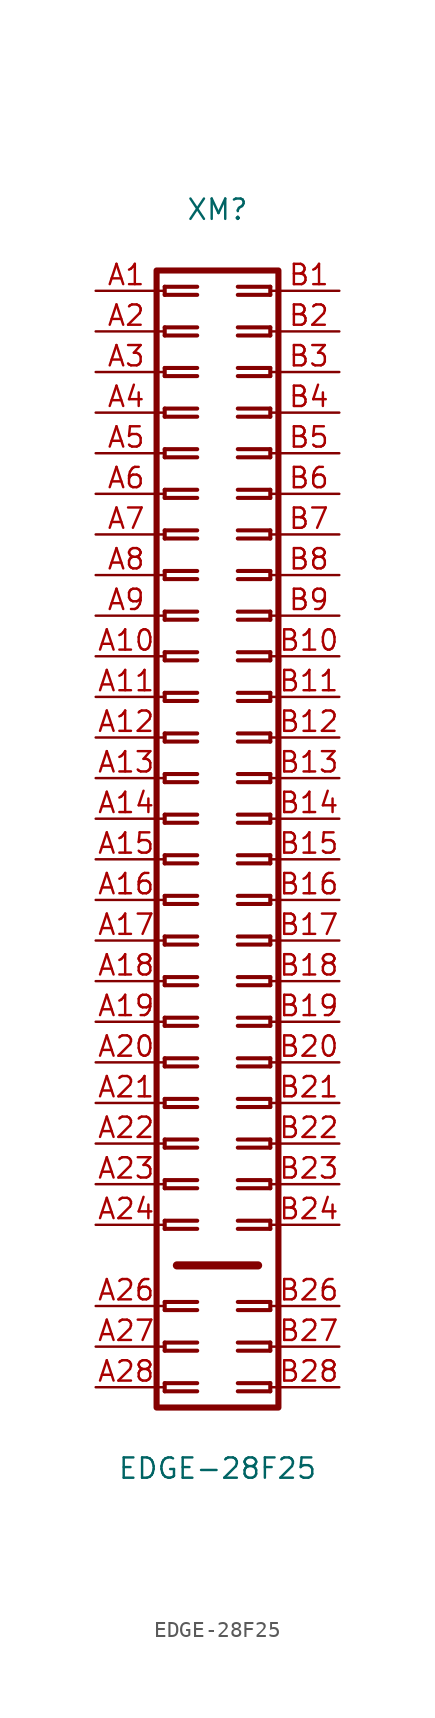
<source format=kicad_sym>
(kicad_symbol_lib
  (version 20231120)
  (generator "kicad_symbol_editor")
  (generator_version "8.0")
  (symbol "EDGE-28F25"
    (pin_names
      (offset 1.016))
    (property "Reference" "XM"
      (at 0 39.37 0)
      (effects (font (size 1.27 1.27))))
    (property "Value" "EDGE-28F25"
      (at 0 -39.37 0)
      (effects (font (size 1.27 1.27))))
    (symbol "EDGE-28F25_0_0"
      (polyline (pts (xy -2.54 -26.67) (xy 2.54 -26.67)) (stroke (width 0.508) (type default)) (fill (type none))))
    (symbol "EDGE-28F25_0_1"
      (rectangle (start -3.81 35.56) (end 3.81 -35.56) (stroke (width 0.381) (type default)) (fill (type none)))
      (polyline (pts (xy -3.81 -34.29) (xy -3.302 -34.29)) (stroke (width 0) (type default)) (fill (type none)))
      (polyline (pts (xy -3.81 -31.75) (xy -3.302 -31.75)) (stroke (width 0) (type default)) (fill (type none)))
      (polyline (pts (xy -3.81 -29.21) (xy -3.302 -29.21)) (stroke (width 0) (type default)) (fill (type none)))
      (polyline (pts (xy -3.81 -24.13) (xy -3.302 -24.13)) (stroke (width 0) (type default)) (fill (type none)))
      (polyline (pts (xy -3.81 -21.59) (xy -3.302 -21.59)) (stroke (width 0) (type default)) (fill (type none)))
      (polyline (pts (xy -3.81 -19.05) (xy -3.302 -19.05)) (stroke (width 0) (type default)) (fill (type none)))
      (polyline (pts (xy -3.81 -16.51) (xy -3.302 -16.51)) (stroke (width 0) (type default)) (fill (type none)))
      (polyline (pts (xy -3.81 -13.97) (xy -3.302 -13.97)) (stroke (width 0) (type default)) (fill (type none)))
      (polyline (pts (xy -3.81 -11.43) (xy -3.302 -11.43)) (stroke (width 0) (type default)) (fill (type none)))
      (polyline (pts (xy -3.81 -8.89) (xy -3.302 -8.89)) (stroke (width 0) (type default)) (fill (type none)))
      (polyline (pts (xy -3.81 -6.35) (xy -3.302 -6.35)) (stroke (width 0) (type default)) (fill (type none)))
      (polyline (pts (xy -3.81 -3.81) (xy -3.302 -3.81)) (stroke (width 0) (type default)) (fill (type none)))
      (polyline (pts (xy -3.81 -1.27) (xy -3.302 -1.27)) (stroke (width 0) (type default)) (fill (type none)))
      (polyline (pts (xy -3.81 1.27) (xy -3.302 1.27)) (stroke (width 0) (type default)) (fill (type none)))
      (polyline (pts (xy -3.81 3.81) (xy -3.302 3.81)) (stroke (width 0) (type default)) (fill (type none)))
      (polyline (pts (xy -3.81 6.35) (xy -3.302 6.35)) (stroke (width 0) (type default)) (fill (type none)))
      (polyline (pts (xy -3.81 8.89) (xy -3.302 8.89)) (stroke (width 0) (type default)) (fill (type none)))
      (polyline (pts (xy -3.81 11.43) (xy -3.302 11.43)) (stroke (width 0) (type default)) (fill (type none)))
      (polyline (pts (xy -3.81 13.97) (xy -3.302 13.97)) (stroke (width 0) (type default)) (fill (type none)))
      (polyline (pts (xy -3.81 16.51) (xy -3.302 16.51)) (stroke (width 0) (type default)) (fill (type none)))
      (polyline (pts (xy -3.81 19.05) (xy -3.302 19.05)) (stroke (width 0) (type default)) (fill (type none)))
      (polyline (pts (xy -3.81 21.59) (xy -3.302 21.59)) (stroke (width 0) (type default)) (fill (type none)))
      (polyline (pts (xy -3.81 24.13) (xy -3.302 24.13)) (stroke (width 0) (type default)) (fill (type none)))
      (polyline (pts (xy -3.81 26.67) (xy -3.302 26.67)) (stroke (width 0) (type default)) (fill (type none)))
      (polyline (pts (xy -3.81 29.21) (xy -3.302 29.21)) (stroke (width 0) (type default)) (fill (type none)))
      (polyline (pts (xy -3.81 31.75) (xy -3.302 31.75)) (stroke (width 0) (type default)) (fill (type none)))
      (polyline (pts (xy -3.81 34.29) (xy -3.302 34.29)) (stroke (width 0) (type default)) (fill (type none)))
      (polyline (pts (xy -3.302 -34.544) (xy -3.302 -34.036)) (stroke (width 0.254) (type default)) (fill (type none)))
      (polyline (pts (xy -3.302 -34.544) (xy -1.27 -34.544)) (stroke (width 0.254) (type default)) (fill (type none)))
      (polyline (pts (xy -3.302 -34.036) (xy -1.27 -34.036)) (stroke (width 0.254) (type default)) (fill (type none)))
      (polyline (pts (xy -3.302 -32.004) (xy -3.302 -31.496)) (stroke (width 0.254) (type default)) (fill (type none)))
      (polyline (pts (xy -3.302 -32.004) (xy -1.27 -32.004)) (stroke (width 0.254) (type default)) (fill (type none)))
      (polyline (pts (xy -3.302 -31.496) (xy -1.27 -31.496)) (stroke (width 0.254) (type default)) (fill (type none)))
      (polyline (pts (xy -3.302 -29.464) (xy -3.302 -28.956)) (stroke (width 0.254) (type default)) (fill (type none)))
      (polyline (pts (xy -3.302 -29.464) (xy -1.27 -29.464)) (stroke (width 0.254) (type default)) (fill (type none)))
      (polyline (pts (xy -3.302 -28.956) (xy -1.27 -28.956)) (stroke (width 0.254) (type default)) (fill (type none)))
      (polyline (pts (xy -3.302 -24.384) (xy -3.302 -23.876)) (stroke (width 0.254) (type default)) (fill (type none)))
      (polyline (pts (xy -3.302 -24.384) (xy -1.27 -24.384)) (stroke (width 0.254) (type default)) (fill (type none)))
      (polyline (pts (xy -3.302 -23.876) (xy -1.27 -23.876)) (stroke (width 0.254) (type default)) (fill (type none)))
      (polyline (pts (xy -3.302 -21.844) (xy -3.302 -21.336)) (stroke (width 0.254) (type default)) (fill (type none)))
      (polyline (pts (xy -3.302 -21.844) (xy -1.27 -21.844)) (stroke (width 0.254) (type default)) (fill (type none)))
      (polyline (pts (xy -3.302 -21.336) (xy -1.27 -21.336)) (stroke (width 0.254) (type default)) (fill (type none)))
      (polyline (pts (xy -3.302 -19.304) (xy -3.302 -18.796)) (stroke (width 0.254) (type default)) (fill (type none)))
      (polyline (pts (xy -3.302 -19.304) (xy -1.27 -19.304)) (stroke (width 0.254) (type default)) (fill (type none)))
      (polyline (pts (xy -3.302 -18.796) (xy -1.27 -18.796)) (stroke (width 0.254) (type default)) (fill (type none)))
      (polyline (pts (xy -3.302 -16.764) (xy -3.302 -16.256)) (stroke (width 0.254) (type default)) (fill (type none)))
      (polyline (pts (xy -3.302 -16.764) (xy -1.27 -16.764)) (stroke (width 0.254) (type default)) (fill (type none)))
      (polyline (pts (xy -3.302 -16.256) (xy -1.27 -16.256)) (stroke (width 0.254) (type default)) (fill (type none)))
      (polyline (pts (xy -3.302 -14.224) (xy -3.302 -13.716)) (stroke (width 0.254) (type default)) (fill (type none)))
      (polyline (pts (xy -3.302 -14.224) (xy -1.27 -14.224)) (stroke (width 0.254) (type default)) (fill (type none)))
      (polyline (pts (xy -3.302 -13.716) (xy -1.27 -13.716)) (stroke (width 0.254) (type default)) (fill (type none)))
      (polyline (pts (xy -3.302 -11.684) (xy -3.302 -11.176)) (stroke (width 0.254) (type default)) (fill (type none)))
      (polyline (pts (xy -3.302 -11.684) (xy -1.27 -11.684)) (stroke (width 0.254) (type default)) (fill (type none)))
      (polyline (pts (xy -3.302 -11.176) (xy -1.27 -11.176)) (stroke (width 0.254) (type default)) (fill (type none)))
      (polyline (pts (xy -3.302 -9.144) (xy -3.302 -8.636)) (stroke (width 0.254) (type default)) (fill (type none)))
      (polyline (pts (xy -3.302 -9.144) (xy -1.27 -9.144)) (stroke (width 0.254) (type default)) (fill (type none)))
      (polyline (pts (xy -3.302 -8.636) (xy -1.27 -8.636)) (stroke (width 0.254) (type default)) (fill (type none)))
      (polyline (pts (xy -3.302 -6.604) (xy -3.302 -6.096)) (stroke (width 0.254) (type default)) (fill (type none)))
      (polyline (pts (xy -3.302 -6.604) (xy -1.27 -6.604)) (stroke (width 0.254) (type default)) (fill (type none)))
      (polyline (pts (xy -3.302 -6.096) (xy -1.27 -6.096)) (stroke (width 0.254) (type default)) (fill (type none)))
      (polyline (pts (xy -3.302 -4.064) (xy -3.302 -3.556)) (stroke (width 0.254) (type default)) (fill (type none)))
      (polyline (pts (xy -3.302 -4.064) (xy -1.27 -4.064)) (stroke (width 0.254) (type default)) (fill (type none)))
      (polyline (pts (xy -3.302 -3.556) (xy -1.27 -3.556)) (stroke (width 0.254) (type default)) (fill (type none)))
      (polyline (pts (xy -3.302 -1.524) (xy -3.302 -1.016)) (stroke (width 0.254) (type default)) (fill (type none)))
      (polyline (pts (xy -3.302 -1.524) (xy -1.27 -1.524)) (stroke (width 0.254) (type default)) (fill (type none)))
      (polyline (pts (xy -3.302 -1.016) (xy -1.27 -1.016)) (stroke (width 0.254) (type default)) (fill (type none)))
      (polyline (pts (xy -3.302 1.016) (xy -3.302 1.524)) (stroke (width 0.254) (type default)) (fill (type none)))
      (polyline (pts (xy -3.302 1.016) (xy -1.27 1.016)) (stroke (width 0.254) (type default)) (fill (type none)))
      (polyline (pts (xy -3.302 1.524) (xy -1.27 1.524)) (stroke (width 0.254) (type default)) (fill (type none)))
      (polyline (pts (xy -3.302 3.556) (xy -3.302 4.064)) (stroke (width 0.254) (type default)) (fill (type none)))
      (polyline (pts (xy -3.302 3.556) (xy -1.27 3.556)) (stroke (width 0.254) (type default)) (fill (type none)))
      (polyline (pts (xy -3.302 4.064) (xy -1.27 4.064)) (stroke (width 0.254) (type default)) (fill (type none)))
      (polyline (pts (xy -3.302 6.096) (xy -3.302 6.604)) (stroke (width 0.254) (type default)) (fill (type none)))
      (polyline (pts (xy -3.302 6.096) (xy -1.27 6.096)) (stroke (width 0.254) (type default)) (fill (type none)))
      (polyline (pts (xy -3.302 6.604) (xy -1.27 6.604)) (stroke (width 0.254) (type default)) (fill (type none)))
      (polyline (pts (xy -3.302 8.636) (xy -3.302 9.144)) (stroke (width 0.254) (type default)) (fill (type none)))
      (polyline (pts (xy -3.302 8.636) (xy -1.27 8.636)) (stroke (width 0.254) (type default)) (fill (type none)))
      (polyline (pts (xy -3.302 9.144) (xy -1.27 9.144)) (stroke (width 0.254) (type default)) (fill (type none)))
      (polyline (pts (xy -3.302 11.176) (xy -3.302 11.684)) (stroke (width 0.254) (type default)) (fill (type none)))
      (polyline (pts (xy -3.302 11.176) (xy -1.27 11.176)) (stroke (width 0.254) (type default)) (fill (type none)))
      (polyline (pts (xy -3.302 11.684) (xy -1.27 11.684)) (stroke (width 0.254) (type default)) (fill (type none)))
      (polyline (pts (xy -3.302 13.716) (xy -3.302 14.224)) (stroke (width 0.254) (type default)) (fill (type none)))
      (polyline (pts (xy -3.302 13.716) (xy -1.27 13.716)) (stroke (width 0.254) (type default)) (fill (type none)))
      (polyline (pts (xy -3.302 14.224) (xy -1.27 14.224)) (stroke (width 0.254) (type default)) (fill (type none)))
      (polyline (pts (xy -3.302 16.256) (xy -3.302 16.764)) (stroke (width 0.254) (type default)) (fill (type none)))
      (polyline (pts (xy -3.302 16.256) (xy -1.27 16.256)) (stroke (width 0.254) (type default)) (fill (type none)))
      (polyline (pts (xy -3.302 16.764) (xy -1.27 16.764)) (stroke (width 0.254) (type default)) (fill (type none)))
      (polyline (pts (xy -3.302 18.796) (xy -3.302 19.304)) (stroke (width 0.254) (type default)) (fill (type none)))
      (polyline (pts (xy -3.302 18.796) (xy -1.27 18.796)) (stroke (width 0.254) (type default)) (fill (type none)))
      (polyline (pts (xy -3.302 19.304) (xy -1.27 19.304)) (stroke (width 0.254) (type default)) (fill (type none)))
      (polyline (pts (xy -3.302 21.336) (xy -3.302 21.844)) (stroke (width 0.254) (type default)) (fill (type none)))
      (polyline (pts (xy -3.302 21.336) (xy -1.27 21.336)) (stroke (width 0.254) (type default)) (fill (type none)))
      (polyline (pts (xy -3.302 21.844) (xy -1.27 21.844)) (stroke (width 0.254) (type default)) (fill (type none)))
      (polyline (pts (xy -3.302 23.876) (xy -3.302 24.384)) (stroke (width 0.254) (type default)) (fill (type none)))
      (polyline (pts (xy -3.302 23.876) (xy -1.27 23.876)) (stroke (width 0.254) (type default)) (fill (type none)))
      (polyline (pts (xy -3.302 24.384) (xy -1.27 24.384)) (stroke (width 0.254) (type default)) (fill (type none)))
      (polyline (pts (xy -3.302 26.416) (xy -3.302 26.924)) (stroke (width 0.254) (type default)) (fill (type none)))
      (polyline (pts (xy -3.302 26.416) (xy -1.27 26.416)) (stroke (width 0.254) (type default)) (fill (type none)))
      (polyline (pts (xy -3.302 26.924) (xy -1.27 26.924)) (stroke (width 0.254) (type default)) (fill (type none)))
      (polyline (pts (xy -3.302 28.956) (xy -3.302 29.464)) (stroke (width 0.254) (type default)) (fill (type none)))
      (polyline (pts (xy -3.302 28.956) (xy -1.27 28.956)) (stroke (width 0.254) (type default)) (fill (type none)))
      (polyline (pts (xy -3.302 29.464) (xy -1.27 29.464)) (stroke (width 0.254) (type default)) (fill (type none)))
      (polyline (pts (xy -3.302 31.496) (xy -3.302 32.004)) (stroke (width 0.254) (type default)) (fill (type none)))
      (polyline (pts (xy -3.302 31.496) (xy -1.27 31.496)) (stroke (width 0.254) (type default)) (fill (type none)))
      (polyline (pts (xy -3.302 32.004) (xy -1.27 32.004)) (stroke (width 0.254) (type default)) (fill (type none)))
      (polyline (pts (xy -3.302 34.036) (xy -3.302 34.544)) (stroke (width 0.254) (type default)) (fill (type none)))
      (polyline (pts (xy -3.302 34.036) (xy -1.27 34.036)) (stroke (width 0.254) (type default)) (fill (type none)))
      (polyline (pts (xy -3.302 34.544) (xy -1.27 34.544)) (stroke (width 0.254) (type default)) (fill (type none)))
      (polyline (pts (xy 3.302 -34.544) (xy 1.27 -34.544)) (stroke (width 0.254) (type default)) (fill (type none)))
      (polyline (pts (xy 3.302 -34.544) (xy 3.302 -34.036)) (stroke (width 0.254) (type default)) (fill (type none)))
      (polyline (pts (xy 3.302 -34.036) (xy 1.27 -34.036)) (stroke (width 0.254) (type default)) (fill (type none)))
      (polyline (pts (xy 3.302 -32.004) (xy 1.27 -32.004)) (stroke (width 0.254) (type default)) (fill (type none)))
      (polyline (pts (xy 3.302 -32.004) (xy 3.302 -31.496)) (stroke (width 0.254) (type default)) (fill (type none)))
      (polyline (pts (xy 3.302 -31.496) (xy 1.27 -31.496)) (stroke (width 0.254) (type default)) (fill (type none)))
      (polyline (pts (xy 3.302 -29.464) (xy 1.27 -29.464)) (stroke (width 0.254) (type default)) (fill (type none)))
      (polyline (pts (xy 3.302 -29.464) (xy 3.302 -28.956)) (stroke (width 0.254) (type default)) (fill (type none)))
      (polyline (pts (xy 3.302 -28.956) (xy 1.27 -28.956)) (stroke (width 0.254) (type default)) (fill (type none)))
      (polyline (pts (xy 3.302 -24.384) (xy 1.27 -24.384)) (stroke (width 0.254) (type default)) (fill (type none)))
      (polyline (pts (xy 3.302 -24.384) (xy 3.302 -23.876)) (stroke (width 0.254) (type default)) (fill (type none)))
      (polyline (pts (xy 3.302 -23.876) (xy 1.27 -23.876)) (stroke (width 0.254) (type default)) (fill (type none)))
      (polyline (pts (xy 3.302 -21.844) (xy 1.27 -21.844)) (stroke (width 0.254) (type default)) (fill (type none)))
      (polyline (pts (xy 3.302 -21.844) (xy 3.302 -21.336)) (stroke (width 0.254) (type default)) (fill (type none)))
      (polyline (pts (xy 3.302 -21.336) (xy 1.27 -21.336)) (stroke (width 0.254) (type default)) (fill (type none)))
      (polyline (pts (xy 3.302 -19.304) (xy 1.27 -19.304)) (stroke (width 0.254) (type default)) (fill (type none)))
      (polyline (pts (xy 3.302 -19.304) (xy 3.302 -18.796)) (stroke (width 0.254) (type default)) (fill (type none)))
      (polyline (pts (xy 3.302 -18.796) (xy 1.27 -18.796)) (stroke (width 0.254) (type default)) (fill (type none)))
      (polyline (pts (xy 3.302 -16.764) (xy 1.27 -16.764)) (stroke (width 0.254) (type default)) (fill (type none)))
      (polyline (pts (xy 3.302 -16.764) (xy 3.302 -16.256)) (stroke (width 0.254) (type default)) (fill (type none)))
      (polyline (pts (xy 3.302 -16.256) (xy 1.27 -16.256)) (stroke (width 0.254) (type default)) (fill (type none)))
      (polyline (pts (xy 3.302 -14.224) (xy 1.27 -14.224)) (stroke (width 0.254) (type default)) (fill (type none)))
      (polyline (pts (xy 3.302 -14.224) (xy 3.302 -13.716)) (stroke (width 0.254) (type default)) (fill (type none)))
      (polyline (pts (xy 3.302 -13.716) (xy 1.27 -13.716)) (stroke (width 0.254) (type default)) (fill (type none)))
      (polyline (pts (xy 3.302 -11.684) (xy 1.27 -11.684)) (stroke (width 0.254) (type default)) (fill (type none)))
      (polyline (pts (xy 3.302 -11.684) (xy 3.302 -11.176)) (stroke (width 0.254) (type default)) (fill (type none)))
      (polyline (pts (xy 3.302 -11.176) (xy 1.27 -11.176)) (stroke (width 0.254) (type default)) (fill (type none)))
      (polyline (pts (xy 3.302 -9.144) (xy 1.27 -9.144)) (stroke (width 0.254) (type default)) (fill (type none)))
      (polyline (pts (xy 3.302 -9.144) (xy 3.302 -8.636)) (stroke (width 0.254) (type default)) (fill (type none)))
      (polyline (pts (xy 3.302 -8.636) (xy 1.27 -8.636)) (stroke (width 0.254) (type default)) (fill (type none)))
      (polyline (pts (xy 3.302 -6.604) (xy 1.27 -6.604)) (stroke (width 0.254) (type default)) (fill (type none)))
      (polyline (pts (xy 3.302 -6.604) (xy 3.302 -6.096)) (stroke (width 0.254) (type default)) (fill (type none)))
      (polyline (pts (xy 3.302 -6.096) (xy 1.27 -6.096)) (stroke (width 0.254) (type default)) (fill (type none)))
      (polyline (pts (xy 3.302 -4.064) (xy 1.27 -4.064)) (stroke (width 0.254) (type default)) (fill (type none)))
      (polyline (pts (xy 3.302 -4.064) (xy 3.302 -3.556)) (stroke (width 0.254) (type default)) (fill (type none)))
      (polyline (pts (xy 3.302 -3.556) (xy 1.27 -3.556)) (stroke (width 0.254) (type default)) (fill (type none)))
      (polyline (pts (xy 3.302 -1.524) (xy 1.27 -1.524)) (stroke (width 0.254) (type default)) (fill (type none)))
      (polyline (pts (xy 3.302 -1.524) (xy 3.302 -1.016)) (stroke (width 0.254) (type default)) (fill (type none)))
      (polyline (pts (xy 3.302 -1.016) (xy 1.27 -1.016)) (stroke (width 0.254) (type default)) (fill (type none)))
      (polyline (pts (xy 3.302 1.016) (xy 1.27 1.016)) (stroke (width 0.254) (type default)) (fill (type none)))
      (polyline (pts (xy 3.302 1.016) (xy 3.302 1.524)) (stroke (width 0.254) (type default)) (fill (type none)))
      (polyline (pts (xy 3.302 1.524) (xy 1.27 1.524)) (stroke (width 0.254) (type default)) (fill (type none)))
      (polyline (pts (xy 3.302 3.556) (xy 1.27 3.556)) (stroke (width 0.254) (type default)) (fill (type none)))
      (polyline (pts (xy 3.302 3.556) (xy 3.302 4.064)) (stroke (width 0.254) (type default)) (fill (type none)))
      (polyline (pts (xy 3.302 4.064) (xy 1.27 4.064)) (stroke (width 0.254) (type default)) (fill (type none)))
      (polyline (pts (xy 3.302 6.096) (xy 1.27 6.096)) (stroke (width 0.254) (type default)) (fill (type none)))
      (polyline (pts (xy 3.302 6.096) (xy 3.302 6.604)) (stroke (width 0.254) (type default)) (fill (type none)))
      (polyline (pts (xy 3.302 6.604) (xy 1.27 6.604)) (stroke (width 0.254) (type default)) (fill (type none)))
      (polyline (pts (xy 3.302 8.636) (xy 1.27 8.636)) (stroke (width 0.254) (type default)) (fill (type none)))
      (polyline (pts (xy 3.302 8.636) (xy 3.302 9.144)) (stroke (width 0.254) (type default)) (fill (type none)))
      (polyline (pts (xy 3.302 9.144) (xy 1.27 9.144)) (stroke (width 0.254) (type default)) (fill (type none)))
      (polyline (pts (xy 3.302 11.176) (xy 1.27 11.176)) (stroke (width 0.254) (type default)) (fill (type none)))
      (polyline (pts (xy 3.302 11.176) (xy 3.302 11.684)) (stroke (width 0.254) (type default)) (fill (type none)))
      (polyline (pts (xy 3.302 11.684) (xy 1.27 11.684)) (stroke (width 0.254) (type default)) (fill (type none)))
      (polyline (pts (xy 3.302 13.716) (xy 1.27 13.716)) (stroke (width 0.254) (type default)) (fill (type none)))
      (polyline (pts (xy 3.302 13.716) (xy 3.302 14.224)) (stroke (width 0.254) (type default)) (fill (type none)))
      (polyline (pts (xy 3.302 14.224) (xy 1.27 14.224)) (stroke (width 0.254) (type default)) (fill (type none)))
      (polyline (pts (xy 3.302 16.256) (xy 1.27 16.256)) (stroke (width 0.254) (type default)) (fill (type none)))
      (polyline (pts (xy 3.302 16.256) (xy 3.302 16.764)) (stroke (width 0.254) (type default)) (fill (type none)))
      (polyline (pts (xy 3.302 16.764) (xy 1.27 16.764)) (stroke (width 0.254) (type default)) (fill (type none)))
      (polyline (pts (xy 3.302 18.796) (xy 1.27 18.796)) (stroke (width 0.254) (type default)) (fill (type none)))
      (polyline (pts (xy 3.302 18.796) (xy 3.302 19.304)) (stroke (width 0.254) (type default)) (fill (type none)))
      (polyline (pts (xy 3.302 19.304) (xy 1.27 19.304)) (stroke (width 0.254) (type default)) (fill (type none)))
      (polyline (pts (xy 3.302 21.336) (xy 1.27 21.336)) (stroke (width 0.254) (type default)) (fill (type none)))
      (polyline (pts (xy 3.302 21.336) (xy 3.302 21.844)) (stroke (width 0.254) (type default)) (fill (type none)))
      (polyline (pts (xy 3.302 21.844) (xy 1.27 21.844)) (stroke (width 0.254) (type default)) (fill (type none)))
      (polyline (pts (xy 3.302 23.876) (xy 1.27 23.876)) (stroke (width 0.254) (type default)) (fill (type none)))
      (polyline (pts (xy 3.302 23.876) (xy 3.302 24.384)) (stroke (width 0.254) (type default)) (fill (type none)))
      (polyline (pts (xy 3.302 24.384) (xy 1.27 24.384)) (stroke (width 0.254) (type default)) (fill (type none)))
      (polyline (pts (xy 3.302 26.416) (xy 1.27 26.416)) (stroke (width 0.254) (type default)) (fill (type none)))
      (polyline (pts (xy 3.302 26.416) (xy 3.302 26.924)) (stroke (width 0.254) (type default)) (fill (type none)))
      (polyline (pts (xy 3.302 26.924) (xy 1.27 26.924)) (stroke (width 0.254) (type default)) (fill (type none)))
      (polyline (pts (xy 3.302 28.956) (xy 1.27 28.956)) (stroke (width 0.254) (type default)) (fill (type none)))
      (polyline (pts (xy 3.302 28.956) (xy 3.302 29.464)) (stroke (width 0.254) (type default)) (fill (type none)))
      (polyline (pts (xy 3.302 29.464) (xy 1.27 29.464)) (stroke (width 0.254) (type default)) (fill (type none)))
      (polyline (pts (xy 3.302 31.496) (xy 1.27 31.496)) (stroke (width 0.254) (type default)) (fill (type none)))
      (polyline (pts (xy 3.302 31.496) (xy 3.302 32.004)) (stroke (width 0.254) (type default)) (fill (type none)))
      (polyline (pts (xy 3.302 32.004) (xy 1.27 32.004)) (stroke (width 0.254) (type default)) (fill (type none)))
      (polyline (pts (xy 3.302 34.036) (xy 1.27 34.036)) (stroke (width 0.254) (type default)) (fill (type none)))
      (polyline (pts (xy 3.302 34.036) (xy 3.302 34.544)) (stroke (width 0.254) (type default)) (fill (type none)))
      (polyline (pts (xy 3.302 34.544) (xy 1.27 34.544)) (stroke (width 0.254) (type default)) (fill (type none)))
      (polyline (pts (xy 3.81 -34.29) (xy 3.302 -34.29)) (stroke (width 0) (type default)) (fill (type none)))
      (polyline (pts (xy 3.81 -31.75) (xy 3.302 -31.75)) (stroke (width 0) (type default)) (fill (type none)))
      (polyline (pts (xy 3.81 -29.21) (xy 3.302 -29.21)) (stroke (width 0) (type default)) (fill (type none)))
      (polyline (pts (xy 3.81 -24.13) (xy 3.302 -24.13)) (stroke (width 0) (type default)) (fill (type none)))
      (polyline (pts (xy 3.81 -21.59) (xy 3.302 -21.59)) (stroke (width 0) (type default)) (fill (type none)))
      (polyline (pts (xy 3.81 -19.05) (xy 3.302 -19.05)) (stroke (width 0) (type default)) (fill (type none)))
      (polyline (pts (xy 3.81 -16.51) (xy 3.302 -16.51)) (stroke (width 0) (type default)) (fill (type none)))
      (polyline (pts (xy 3.81 -13.97) (xy 3.302 -13.97)) (stroke (width 0) (type default)) (fill (type none)))
      (polyline (pts (xy 3.81 -11.43) (xy 3.302 -11.43)) (stroke (width 0) (type default)) (fill (type none)))
      (polyline (pts (xy 3.81 -8.89) (xy 3.302 -8.89)) (stroke (width 0) (type default)) (fill (type none)))
      (polyline (pts (xy 3.81 -6.35) (xy 3.302 -6.35)) (stroke (width 0) (type default)) (fill (type none)))
      (polyline (pts (xy 3.81 -3.81) (xy 3.302 -3.81)) (stroke (width 0) (type default)) (fill (type none)))
      (polyline (pts (xy 3.81 -1.27) (xy 3.302 -1.27)) (stroke (width 0) (type default)) (fill (type none)))
      (polyline (pts (xy 3.81 1.27) (xy 3.302 1.27)) (stroke (width 0) (type default)) (fill (type none)))
      (polyline (pts (xy 3.81 3.81) (xy 3.302 3.81)) (stroke (width 0) (type default)) (fill (type none)))
      (polyline (pts (xy 3.81 6.35) (xy 3.302 6.35)) (stroke (width 0) (type default)) (fill (type none)))
      (polyline (pts (xy 3.81 8.89) (xy 3.302 8.89)) (stroke (width 0) (type default)) (fill (type none)))
      (polyline (pts (xy 3.81 11.43) (xy 3.302 11.43)) (stroke (width 0) (type default)) (fill (type none)))
      (polyline (pts (xy 3.81 13.97) (xy 3.302 13.97)) (stroke (width 0) (type default)) (fill (type none)))
      (polyline (pts (xy 3.81 16.51) (xy 3.302 16.51)) (stroke (width 0) (type default)) (fill (type none)))
      (polyline (pts (xy 3.81 19.05) (xy 3.302 19.05)) (stroke (width 0) (type default)) (fill (type none)))
      (polyline (pts (xy 3.81 21.59) (xy 3.302 21.59)) (stroke (width 0) (type default)) (fill (type none)))
      (polyline (pts (xy 3.81 24.13) (xy 3.302 24.13)) (stroke (width 0) (type default)) (fill (type none)))
      (polyline (pts (xy 3.81 26.67) (xy 3.302 26.67)) (stroke (width 0) (type default)) (fill (type none)))
      (polyline (pts (xy 3.81 29.21) (xy 3.302 29.21)) (stroke (width 0) (type default)) (fill (type none)))
      (polyline (pts (xy 3.81 31.75) (xy 3.302 31.75)) (stroke (width 0) (type default)) (fill (type none)))
      (polyline (pts (xy 3.81 34.29) (xy 3.302 34.29)) (stroke (width 0) (type default)) (fill (type none))))
    (symbol "EDGE-28F25_1_1"
      (pin passive line (at -7.62 34.29 0) (length 3.81) (name "~" (effects (font (size 1.27 1.27)))) (number "A1" (effects (font (size 1.27 1.27)))))
      (pin passive line (at -7.62 11.43 0) (length 3.81) (name "~" (effects (font (size 1.27 1.27)))) (number "A10" (effects (font (size 1.27 1.27)))))
      (pin passive line (at -7.62 8.89 0) (length 3.81) (name "~" (effects (font (size 1.27 1.27)))) (number "A11" (effects (font (size 1.27 1.27)))))
      (pin passive line (at -7.62 6.35 0) (length 3.81) (name "~" (effects (font (size 1.27 1.27)))) (number "A12" (effects (font (size 1.27 1.27)))))
      (pin passive line (at -7.62 3.81 0) (length 3.81) (name "~" (effects (font (size 1.27 1.27)))) (number "A13" (effects (font (size 1.27 1.27)))))
      (pin passive line (at -7.62 1.27 0) (length 3.81) (name "~" (effects (font (size 1.27 1.27)))) (number "A14" (effects (font (size 1.27 1.27)))))
      (pin passive line (at -7.62 -1.27 0) (length 3.81) (name "~" (effects (font (size 1.27 1.27)))) (number "A15" (effects (font (size 1.27 1.27)))))
      (pin passive line (at -7.62 -3.81 0) (length 3.81) (name "~" (effects (font (size 1.27 1.27)))) (number "A16" (effects (font (size 1.27 1.27)))))
      (pin passive line (at -7.62 -6.35 0) (length 3.81) (name "~" (effects (font (size 1.27 1.27)))) (number "A17" (effects (font (size 1.27 1.27)))))
      (pin passive line (at -7.62 -8.89 0) (length 3.81) (name "~" (effects (font (size 1.27 1.27)))) (number "A18" (effects (font (size 1.27 1.27)))))
      (pin passive line (at -7.62 -11.43 0) (length 3.81) (name "~" (effects (font (size 1.27 1.27)))) (number "A19" (effects (font (size 1.27 1.27)))))
      (pin passive line (at -7.62 31.75 0) (length 3.81) (name "~" (effects (font (size 1.27 1.27)))) (number "A2" (effects (font (size 1.27 1.27)))))
      (pin passive line (at -7.62 -13.97 0) (length 3.81) (name "~" (effects (font (size 1.27 1.27)))) (number "A20" (effects (font (size 1.27 1.27)))))
      (pin passive line (at -7.62 -16.51 0) (length 3.81) (name "~" (effects (font (size 1.27 1.27)))) (number "A21" (effects (font (size 1.27 1.27)))))
      (pin passive line (at -7.62 -19.05 0) (length 3.81) (name "~" (effects (font (size 1.27 1.27)))) (number "A22" (effects (font (size 1.27 1.27)))))
      (pin passive line (at -7.62 -21.59 0) (length 3.81) (name "~" (effects (font (size 1.27 1.27)))) (number "A23" (effects (font (size 1.27 1.27)))))
      (pin passive line (at -7.62 -24.13 0) (length 3.81) (name "~" (effects (font (size 1.27 1.27)))) (number "A24" (effects (font (size 1.27 1.27)))))
      (pin passive line (at -7.62 -29.21 0) (length 3.81) (name "~" (effects (font (size 1.27 1.27)))) (number "A26" (effects (font (size 1.27 1.27)))))
      (pin passive line (at -7.62 -31.75 0) (length 3.81) (name "~" (effects (font (size 1.27 1.27)))) (number "A27" (effects (font (size 1.27 1.27)))))
      (pin passive line (at -7.62 -34.29 0) (length 3.81) (name "~" (effects (font (size 1.27 1.27)))) (number "A28" (effects (font (size 1.27 1.27)))))
      (pin passive line (at -7.62 29.21 0) (length 3.81) (name "~" (effects (font (size 1.27 1.27)))) (number "A3" (effects (font (size 1.27 1.27)))))
      (pin passive line (at -7.62 26.67 0) (length 3.81) (name "~" (effects (font (size 1.27 1.27)))) (number "A4" (effects (font (size 1.27 1.27)))))
      (pin passive line (at -7.62 24.13 0) (length 3.81) (name "~" (effects (font (size 1.27 1.27)))) (number "A5" (effects (font (size 1.27 1.27)))))
      (pin passive line (at -7.62 21.59 0) (length 3.81) (name "~" (effects (font (size 1.27 1.27)))) (number "A6" (effects (font (size 1.27 1.27)))))
      (pin passive line (at -7.62 19.05 0) (length 3.81) (name "~" (effects (font (size 1.27 1.27)))) (number "A7" (effects (font (size 1.27 1.27)))))
      (pin passive line (at -7.62 16.51 0) (length 3.81) (name "~" (effects (font (size 1.27 1.27)))) (number "A8" (effects (font (size 1.27 1.27)))))
      (pin passive line (at -7.62 13.97 0) (length 3.81) (name "~" (effects (font (size 1.27 1.27)))) (number "A9" (effects (font (size 1.27 1.27)))))
      (pin passive line (at 7.62 34.29 180) (length 3.81) (name "~" (effects (font (size 1.27 1.27)))) (number "B1" (effects (font (size 1.27 1.27)))))
      (pin passive line (at 7.62 11.43 180) (length 3.81) (name "~" (effects (font (size 1.27 1.27)))) (number "B10" (effects (font (size 1.27 1.27)))))
      (pin passive line (at 7.62 8.89 180) (length 3.81) (name "~" (effects (font (size 1.27 1.27)))) (number "B11" (effects (font (size 1.27 1.27)))))
      (pin passive line (at 7.62 6.35 180) (length 3.81) (name "~" (effects (font (size 1.27 1.27)))) (number "B12" (effects (font (size 1.27 1.27)))))
      (pin passive line (at 7.62 3.81 180) (length 3.81) (name "~" (effects (font (size 1.27 1.27)))) (number "B13" (effects (font (size 1.27 1.27)))))
      (pin passive line (at 7.62 1.27 180) (length 3.81) (name "~" (effects (font (size 1.27 1.27)))) (number "B14" (effects (font (size 1.27 1.27)))))
      (pin passive line (at 7.62 -1.27 180) (length 3.81) (name "~" (effects (font (size 1.27 1.27)))) (number "B15" (effects (font (size 1.27 1.27)))))
      (pin passive line (at 7.62 -3.81 180) (length 3.81) (name "~" (effects (font (size 1.27 1.27)))) (number "B16" (effects (font (size 1.27 1.27)))))
      (pin passive line (at 7.62 -6.35 180) (length 3.81) (name "~" (effects (font (size 1.27 1.27)))) (number "B17" (effects (font (size 1.27 1.27)))))
      (pin passive line (at 7.62 -8.89 180) (length 3.81) (name "~" (effects (font (size 1.27 1.27)))) (number "B18" (effects (font (size 1.27 1.27)))))
      (pin passive line (at 7.62 -11.43 180) (length 3.81) (name "~" (effects (font (size 1.27 1.27)))) (number "B19" (effects (font (size 1.27 1.27)))))
      (pin passive line (at 7.62 31.75 180) (length 3.81) (name "~" (effects (font (size 1.27 1.27)))) (number "B2" (effects (font (size 1.27 1.27)))))
      (pin passive line (at 7.62 -13.97 180) (length 3.81) (name "~" (effects (font (size 1.27 1.27)))) (number "B20" (effects (font (size 1.27 1.27)))))
      (pin passive line (at 7.62 -16.51 180) (length 3.81) (name "~" (effects (font (size 1.27 1.27)))) (number "B21" (effects (font (size 1.27 1.27)))))
      (pin passive line (at 7.62 -19.05 180) (length 3.81) (name "~" (effects (font (size 1.27 1.27)))) (number "B22" (effects (font (size 1.27 1.27)))))
      (pin passive line (at 7.62 -21.59 180) (length 3.81) (name "~" (effects (font (size 1.27 1.27)))) (number "B23" (effects (font (size 1.27 1.27)))))
      (pin passive line (at 7.62 -24.13 180) (length 3.81) (name "~" (effects (font (size 1.27 1.27)))) (number "B24" (effects (font (size 1.27 1.27)))))
      (pin passive line (at 7.62 -29.21 180) (length 3.81) (name "~" (effects (font (size 1.27 1.27)))) (number "B26" (effects (font (size 1.27 1.27)))))
      (pin passive line (at 7.62 -31.75 180) (length 3.81) (name "~" (effects (font (size 1.27 1.27)))) (number "B27" (effects (font (size 1.27 1.27)))))
      (pin passive line (at 7.62 -34.29 180) (length 3.81) (name "~" (effects (font (size 1.27 1.27)))) (number "B28" (effects (font (size 1.27 1.27)))))
      (pin passive line (at 7.62 29.21 180) (length 3.81) (name "~" (effects (font (size 1.27 1.27)))) (number "B3" (effects (font (size 1.27 1.27)))))
      (pin passive line (at 7.62 26.67 180) (length 3.81) (name "~" (effects (font (size 1.27 1.27)))) (number "B4" (effects (font (size 1.27 1.27)))))
      (pin passive line (at 7.62 24.13 180) (length 3.81) (name "~" (effects (font (size 1.27 1.27)))) (number "B5" (effects (font (size 1.27 1.27)))))
      (pin passive line (at 7.62 21.59 180) (length 3.81) (name "~" (effects (font (size 1.27 1.27)))) (number "B6" (effects (font (size 1.27 1.27)))))
      (pin passive line (at 7.62 19.05 180) (length 3.81) (name "~" (effects (font (size 1.27 1.27)))) (number "B7" (effects (font (size 1.27 1.27)))))
      (pin passive line (at 7.62 16.51 180) (length 3.81) (name "~" (effects (font (size 1.27 1.27)))) (number "B8" (effects (font (size 1.27 1.27)))))
      (pin passive line (at 7.62 13.97 180) (length 3.81) (name "~" (effects (font (size 1.27 1.27)))) (number "B9" (effects (font (size 1.27 1.27))))))))
</source>
